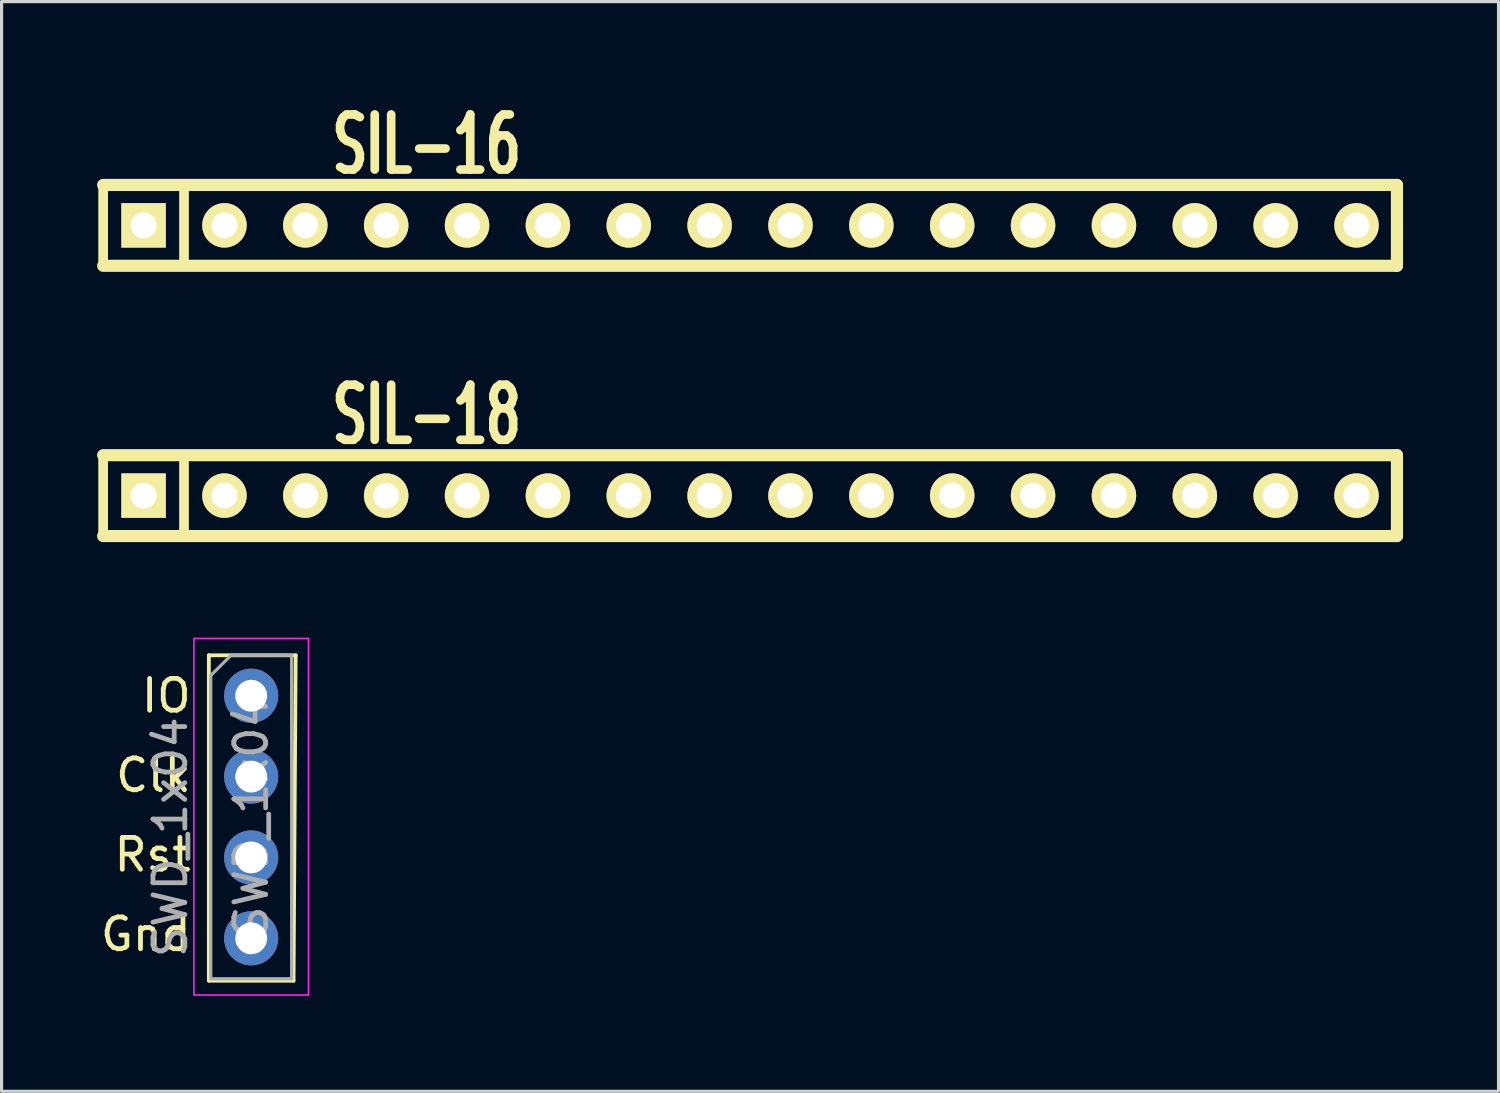
<source format=kicad_pcb>
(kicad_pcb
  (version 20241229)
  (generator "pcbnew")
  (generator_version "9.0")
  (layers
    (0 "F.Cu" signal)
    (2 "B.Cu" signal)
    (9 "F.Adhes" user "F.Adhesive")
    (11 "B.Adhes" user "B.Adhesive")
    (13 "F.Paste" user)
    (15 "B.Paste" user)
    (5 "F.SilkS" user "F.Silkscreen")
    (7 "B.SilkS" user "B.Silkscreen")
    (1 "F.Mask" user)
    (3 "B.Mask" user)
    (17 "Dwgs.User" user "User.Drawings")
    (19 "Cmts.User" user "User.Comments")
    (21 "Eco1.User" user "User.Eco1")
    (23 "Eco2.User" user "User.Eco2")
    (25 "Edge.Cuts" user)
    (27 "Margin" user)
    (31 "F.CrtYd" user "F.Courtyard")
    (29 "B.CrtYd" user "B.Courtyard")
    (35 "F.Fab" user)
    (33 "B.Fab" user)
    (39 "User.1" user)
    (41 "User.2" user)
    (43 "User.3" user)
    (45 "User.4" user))
  (footprint "SIL-16"
    (layer "F.Cu")
    (at 23.05 4.029)
    (property "Reference" "SIL-16" (at -12.7 -2.54 0) (layer "F.SilkS") (effects (font (size 1.73 1.087) (thickness 0.272))))
    (attr through_hole)
    (fp_line (start -22.86 -1.27) (end 17.78 -1.27) (stroke (width 0.381) (type solid)) (layer "F.SilkS"))
    (fp_line (start -22.86 1.27) (end -22.86 -1.27) (stroke (width 0.305) (type solid)) (layer "F.SilkS"))
    (fp_line (start -20.32 -1.27) (end -20.32 1.27) (stroke (width 0.305) (type solid)) (layer "F.SilkS"))
    (fp_line (start 17.78 -1.27) (end 17.78 1.27) (stroke (width 0.381) (type solid)) (layer "F.SilkS"))
    (fp_line (start 17.78 1.27) (end -22.86 1.27) (stroke (width 0.381) (type solid)) (layer "F.SilkS"))
    (pad "1" thru_hole rect (at -21.59 0) (size 1.397 1.397) (drill 0.813) (layers "*.Cu" "*.Mask" "F.SilkS"))
    (pad "2" thru_hole circle (at -19.05 0) (size 1.397 1.397) (drill 0.813) (layers "*.Cu" "*.Mask" "F.SilkS"))
    (pad "3" thru_hole circle (at -16.51 0) (size 1.397 1.397) (drill 0.813) (layers "*.Cu" "*.Mask" "F.SilkS"))
    (pad "4" thru_hole circle (at -13.97 0) (size 1.397 1.397) (drill 0.813) (layers "*.Cu" "*.Mask" "F.SilkS"))
    (pad "5" thru_hole circle (at -11.43 0) (size 1.397 1.397) (drill 0.813) (layers "*.Cu" "*.Mask" "F.SilkS"))
    (pad "6" thru_hole circle (at -8.89 0) (size 1.397 1.397) (drill 0.813) (layers "*.Cu" "*.Mask" "F.SilkS"))
    (pad "7" thru_hole circle (at -6.35 0) (size 1.397 1.397) (drill 0.813) (layers "*.Cu" "*.Mask" "F.SilkS"))
    (pad "8" thru_hole circle (at -3.81 0) (size 1.397 1.397) (drill 0.813) (layers "*.Cu" "*.Mask" "F.SilkS"))
    (pad "9" thru_hole circle (at -1.27 0) (size 1.397 1.397) (drill 0.813) (layers "*.Cu" "*.Mask" "F.SilkS"))
    (pad "10" thru_hole circle (at 1.27 0) (size 1.397 1.397) (drill 0.813) (layers "*.Cu" "*.Mask" "F.SilkS"))
    (pad "11" thru_hole circle (at 3.81 0) (size 1.397 1.397) (drill 0.813) (layers "*.Cu" "*.Mask" "F.SilkS"))
    (pad "12" thru_hole circle (at 6.35 0) (size 1.397 1.397) (drill 0.813) (layers "*.Cu" "*.Mask" "F.SilkS"))
    (pad "13" thru_hole circle (at 8.89 0) (size 1.397 1.397) (drill 0.813) (layers "*.Cu" "*.Mask" "F.SilkS"))
    (pad "14" thru_hole circle (at 11.43 0) (size 1.397 1.397) (drill 0.813) (layers "*.Cu" "*.Mask" "F.SilkS"))
    (pad "15" thru_hole circle (at 13.97 0) (size 1.397 1.397) (drill 0.813) (layers "*.Cu" "*.Mask" "F.SilkS"))
    (pad "16" thru_hole circle (at 16.51 0) (size 1.397 1.397) (drill 0.813) (layers "*.Cu" "*.Mask" "F.SilkS")))
  (footprint "SWD_1x04"
    (layer "F.Cu")
    (at 4.84 18.804)
    (property "Reference" "SWD_1x04" (at -2.54 4.445 270) (layer "F.Fab") (effects (font (size 1 1) (thickness 0.15))))
    (attr through_hole)
    (fp_line (start -1.33 -1.27) (end -1.33 8.95) (stroke (width 0.12) (type solid)) (layer "F.SilkS"))
    (fp_line (start -1.33 -1.27) (end 1.397 -1.27) (stroke (width 0.12) (type solid)) (layer "F.SilkS"))
    (fp_line (start -1.33 8.95) (end 1.33 8.95) (stroke (width 0.12) (type solid)) (layer "F.SilkS"))
    (fp_line (start 1.397 -1.27) (end 1.33 8.95) (stroke (width 0.12) (type solid)) (layer "F.SilkS"))
    (fp_line (start -1.8 -1.8) (end -1.8 9.4) (stroke (width 0.05) (type solid)) (layer "F.CrtYd"))
    (fp_line (start -1.8 9.4) (end 1.8 9.4) (stroke (width 0.05) (type solid)) (layer "F.CrtYd"))
    (fp_line (start 1.8 -1.8) (end -1.8 -1.8) (stroke (width 0.05) (type solid)) (layer "F.CrtYd"))
    (fp_line (start 1.8 9.4) (end 1.8 -1.8) (stroke (width 0.05) (type solid)) (layer "F.CrtYd"))
    (fp_line (start -1.27 -0.635) (end -0.635 -1.27) (stroke (width 0.1) (type solid)) (layer "F.Fab"))
    (fp_line (start -1.27 8.89) (end -1.27 -0.635) (stroke (width 0.1) (type solid)) (layer "F.Fab"))
    (fp_line (start -0.635 -1.27) (end 1.27 -1.27) (stroke (width 0.1) (type solid)) (layer "F.Fab"))
    (fp_line (start 1.27 -1.27) (end 1.27 8.89) (stroke (width 0.1) (type solid)) (layer "F.Fab"))
    (fp_line (start 1.27 8.89) (end -1.27 8.89) (stroke (width 0.1) (type solid)) (layer "F.Fab"))
    (fp_text user "Clk" (at -3.072 2.498 0) (layer "F.SilkS") (effects (font (size 1 1) (thickness 0.15))))
    (fp_text user "IO" (at -2.667 0 0) (layer "F.SilkS") (effects (font (size 1 1) (thickness 0.15))))
    (fp_text user "Rst" (at -3.096 4.995 0) (layer "F.SilkS") (effects (font (size 1 1) (thickness 0.15))))
    (fp_text user "Gnd" (at -3.31 7.493 0) (layer "F.SilkS") (effects (font (size 1 1) (thickness 0.15))))
    (fp_text user "${REFERENCE}" (at 0 3.81 270) (layer "F.Fab") (effects (font (size 1 1) (thickness 0.15))))
    (pad "1" thru_hole oval (at 0 0) (size 1.7 1.7) (drill 1) (layers "*.Cu" "*.Mask"))
    (pad "2" thru_hole oval (at 0 2.54) (size 1.7 1.7) (drill 1) (layers "*.Cu" "*.Mask"))
    (pad "3" thru_hole oval (at 0 5.08) (size 1.7 1.7) (drill 1) (layers "*.Cu" "*.Mask"))
    (pad "4" thru_hole oval (at 0 7.62) (size 1.7 1.7) (drill 1) (layers "*.Cu" "*.Mask")))
  (footprint "SIL-18"
    (layer "F.Cu")
    (at 23.05 12.518)
    (property "Reference" "SIL-18" (at -12.7 -2.54 0) (layer "F.SilkS") (effects (font (size 1.73 1.087) (thickness 0.272))))
    (attr through_hole)
    (fp_line (start -22.86 -1.27) (end 17.78 -1.27) (stroke (width 0.381) (type solid)) (layer "F.SilkS"))
    (fp_line (start -22.86 1.27) (end -22.86 -1.27) (stroke (width 0.305) (type solid)) (layer "F.SilkS"))
    (fp_line (start -20.32 -1.27) (end -20.32 1.27) (stroke (width 0.305) (type solid)) (layer "F.SilkS"))
    (fp_line (start 17.78 -1.27) (end 17.78 1.27) (stroke (width 0.381) (type solid)) (layer "F.SilkS"))
    (fp_line (start 17.78 1.27) (end -22.86 1.27) (stroke (width 0.381) (type solid)) (layer "F.SilkS"))
    (pad "1" thru_hole rect (at -21.59 0) (size 1.397 1.397) (drill 0.813) (layers "*.Cu" "*.Mask" "F.SilkS"))
    (pad "2" thru_hole circle (at -19.05 0) (size 1.397 1.397) (drill 0.813) (layers "*.Cu" "*.Mask" "F.SilkS"))
    (pad "3" thru_hole circle (at -16.51 0) (size 1.397 1.397) (drill 0.813) (layers "*.Cu" "*.Mask" "F.SilkS"))
    (pad "4" thru_hole circle (at -13.97 0) (size 1.397 1.397) (drill 0.813) (layers "*.Cu" "*.Mask" "F.SilkS"))
    (pad "5" thru_hole circle (at -11.43 0) (size 1.397 1.397) (drill 0.813) (layers "*.Cu" "*.Mask" "F.SilkS"))
    (pad "6" thru_hole circle (at -8.89 0) (size 1.397 1.397) (drill 0.813) (layers "*.Cu" "*.Mask" "F.SilkS"))
    (pad "7" thru_hole circle (at -6.35 0) (size 1.397 1.397) (drill 0.813) (layers "*.Cu" "*.Mask" "F.SilkS"))
    (pad "8" thru_hole circle (at -3.81 0) (size 1.397 1.397) (drill 0.813) (layers "*.Cu" "*.Mask" "F.SilkS"))
    (pad "9" thru_hole circle (at -1.27 0) (size 1.397 1.397) (drill 0.813) (layers "*.Cu" "*.Mask" "F.SilkS"))
    (pad "10" thru_hole circle (at 1.27 0) (size 1.397 1.397) (drill 0.813) (layers "*.Cu" "*.Mask" "F.SilkS"))
    (pad "11" thru_hole circle (at 3.81 0) (size 1.397 1.397) (drill 0.813) (layers "*.Cu" "*.Mask" "F.SilkS"))
    (pad "12" thru_hole circle (at 6.35 0) (size 1.397 1.397) (drill 0.813) (layers "*.Cu" "*.Mask" "F.SilkS"))
    (pad "13" thru_hole circle (at 8.89 0) (size 1.397 1.397) (drill 0.813) (layers "*.Cu" "*.Mask" "F.SilkS"))
    (pad "14" thru_hole circle (at 11.43 0) (size 1.397 1.397) (drill 0.813) (layers "*.Cu" "*.Mask" "F.SilkS"))
    (pad "15" thru_hole circle (at 13.97 0) (size 1.397 1.397) (drill 0.813) (layers "*.Cu" "*.Mask" "F.SilkS"))
    (pad "16" thru_hole circle (at 16.51 0) (size 1.397 1.397) (drill 0.813) (layers "*.Cu" "*.Mask" "F.SilkS")))
  (gr_rect
    (start -3 -3)
    (end 44.021 31.229)
    (stroke (width 0.1) (type default))
    (fill no)
    (layer "Edge.Cuts")))
</source>
